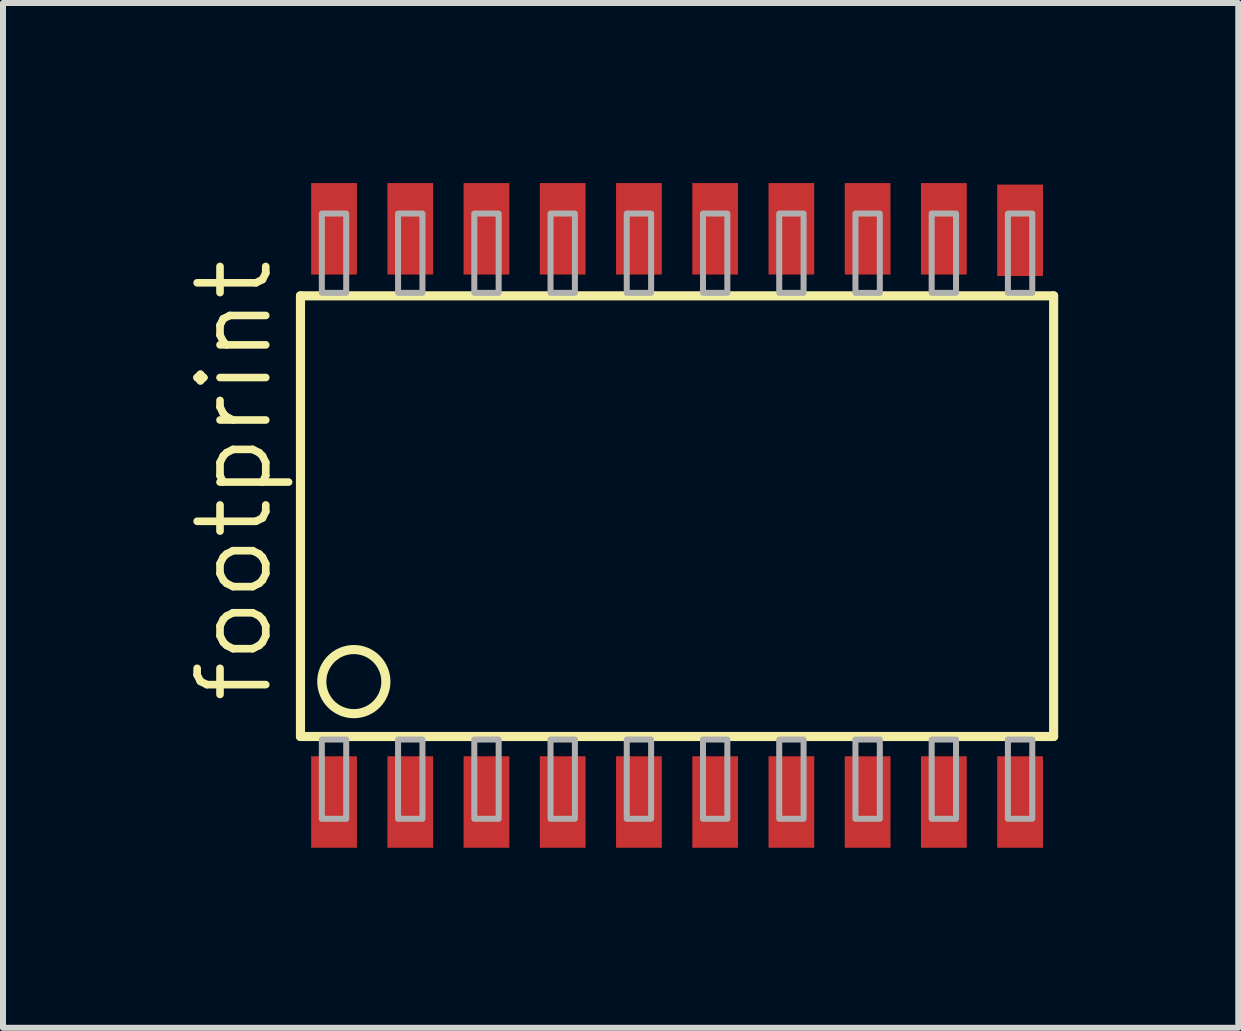
<source format=kicad_pcb>
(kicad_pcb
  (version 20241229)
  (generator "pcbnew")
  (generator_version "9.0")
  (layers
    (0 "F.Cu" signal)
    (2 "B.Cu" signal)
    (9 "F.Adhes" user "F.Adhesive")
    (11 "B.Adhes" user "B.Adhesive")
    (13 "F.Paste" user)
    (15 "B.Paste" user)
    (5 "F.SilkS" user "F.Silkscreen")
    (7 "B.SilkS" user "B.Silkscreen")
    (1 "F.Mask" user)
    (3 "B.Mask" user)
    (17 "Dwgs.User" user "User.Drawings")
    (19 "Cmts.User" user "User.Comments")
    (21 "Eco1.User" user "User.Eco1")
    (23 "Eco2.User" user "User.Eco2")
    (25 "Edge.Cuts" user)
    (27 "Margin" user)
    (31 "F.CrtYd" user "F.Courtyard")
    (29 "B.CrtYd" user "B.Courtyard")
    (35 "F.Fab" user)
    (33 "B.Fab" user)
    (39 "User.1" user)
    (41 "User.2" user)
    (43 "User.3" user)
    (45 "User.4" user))
  (footprint "footprint"
    (layer "F.Cu")
    (at 8.23 5.537)
    (property "Reference" "footprint" (at -6.706 3.175 90) (layer "F.SilkS") (effects (font (size 1.143 1.143) (thickness 0.127)) (justify left bottom)))
    (fp_line (start -6.274 -3.658) (end -6.274 3.683) (stroke (width 0.152) (type solid)) (layer "F.SilkS"))
    (fp_line (start -6.274 3.683) (end 6.274 3.683) (stroke (width 0.152) (type solid)) (layer "F.SilkS"))
    (fp_line (start 6.274 -3.658) (end -6.274 -3.658) (stroke (width 0.152) (type solid)) (layer "F.SilkS"))
    (fp_line (start 6.274 3.683) (end 6.274 -3.658) (stroke (width 0.152) (type solid)) (layer "F.SilkS"))
    (fp_circle (center -5.385 2.769) (end -4.851 2.769) (stroke (width 0.152) (type solid)) (fill no) (layer "F.SilkS"))
    (fp_poly (pts (xy -5.918 -3.708) (xy -5.512 -3.708) (xy -5.512 -5.029) (xy -5.918 -5.029)) (stroke (width 0.1) (type solid)) (fill no) (layer "F.Fab"))
    (fp_poly (pts (xy -5.918 5.055) (xy -5.512 5.055) (xy -5.512 3.734) (xy -5.918 3.734)) (stroke (width 0.1) (type solid)) (fill no) (layer "F.Fab"))
    (fp_poly (pts (xy -4.648 -3.708) (xy -4.242 -3.708) (xy -4.242 -5.029) (xy -4.648 -5.029)) (stroke (width 0.1) (type solid)) (fill no) (layer "F.Fab"))
    (fp_poly (pts (xy -4.648 5.055) (xy -4.242 5.055) (xy -4.242 3.734) (xy -4.648 3.734)) (stroke (width 0.1) (type solid)) (fill no) (layer "F.Fab"))
    (fp_poly (pts (xy -3.378 -3.708) (xy -2.972 -3.708) (xy -2.972 -5.029) (xy -3.378 -5.029)) (stroke (width 0.1) (type solid)) (fill no) (layer "F.Fab"))
    (fp_poly (pts (xy -3.378 5.055) (xy -2.972 5.055) (xy -2.972 3.734) (xy -3.378 3.734)) (stroke (width 0.1) (type solid)) (fill no) (layer "F.Fab"))
    (fp_poly (pts (xy -2.108 -3.708) (xy -1.702 -3.708) (xy -1.702 -5.029) (xy -2.108 -5.029)) (stroke (width 0.1) (type solid)) (fill no) (layer "F.Fab"))
    (fp_poly (pts (xy -2.108 5.055) (xy -1.702 5.055) (xy -1.702 3.734) (xy -2.108 3.734)) (stroke (width 0.1) (type solid)) (fill no) (layer "F.Fab"))
    (fp_poly (pts (xy -0.838 -3.708) (xy -0.432 -3.708) (xy -0.432 -5.029) (xy -0.838 -5.029)) (stroke (width 0.1) (type solid)) (fill no) (layer "F.Fab"))
    (fp_poly (pts (xy -0.838 5.055) (xy -0.432 5.055) (xy -0.432 3.734) (xy -0.838 3.734)) (stroke (width 0.1) (type solid)) (fill no) (layer "F.Fab"))
    (fp_poly (pts (xy 0.432 -3.708) (xy 0.838 -3.708) (xy 0.838 -5.029) (xy 0.432 -5.029)) (stroke (width 0.1) (type solid)) (fill no) (layer "F.Fab"))
    (fp_poly (pts (xy 0.432 5.055) (xy 0.838 5.055) (xy 0.838 3.734) (xy 0.432 3.734)) (stroke (width 0.1) (type solid)) (fill no) (layer "F.Fab"))
    (fp_poly (pts (xy 1.702 -3.708) (xy 2.108 -3.708) (xy 2.108 -5.029) (xy 1.702 -5.029)) (stroke (width 0.1) (type solid)) (fill no) (layer "F.Fab"))
    (fp_poly (pts (xy 1.702 5.055) (xy 2.108 5.055) (xy 2.108 3.734) (xy 1.702 3.734)) (stroke (width 0.1) (type solid)) (fill no) (layer "F.Fab"))
    (fp_poly (pts (xy 2.972 -3.708) (xy 3.378 -3.708) (xy 3.378 -5.029) (xy 2.972 -5.029)) (stroke (width 0.1) (type solid)) (fill no) (layer "F.Fab"))
    (fp_poly (pts (xy 2.972 5.055) (xy 3.378 5.055) (xy 3.378 3.734) (xy 2.972 3.734)) (stroke (width 0.1) (type solid)) (fill no) (layer "F.Fab"))
    (fp_poly (pts (xy 4.242 -3.708) (xy 4.648 -3.708) (xy 4.648 -5.029) (xy 4.242 -5.029)) (stroke (width 0.1) (type solid)) (fill no) (layer "F.Fab"))
    (fp_poly (pts (xy 4.242 5.055) (xy 4.648 5.055) (xy 4.648 3.734) (xy 4.242 3.734)) (stroke (width 0.1) (type solid)) (fill no) (layer "F.Fab"))
    (fp_poly (pts (xy 5.512 -3.708) (xy 5.918 -3.708) (xy 5.918 -5.029) (xy 5.512 -5.029)) (stroke (width 0.1) (type solid)) (fill no) (layer "F.Fab"))
    (fp_poly (pts (xy 5.512 5.055) (xy 5.918 5.055) (xy 5.918 3.734) (xy 5.512 3.734)) (stroke (width 0.1) (type solid)) (fill no) (layer "F.Fab"))
    (pad "1" smd rect (at -5.715 4.775) (size 0.762 1.524) (layers "F.Cu" "F.Mask" "F.Paste"))
    (pad "2" smd rect (at -4.445 4.775) (size 0.762 1.524) (layers "F.Cu" "F.Mask" "F.Paste"))
    (pad "3" smd rect (at -3.175 4.775) (size 0.762 1.524) (layers "F.Cu" "F.Mask" "F.Paste"))
    (pad "4" smd rect (at -1.905 4.775) (size 0.762 1.524) (layers "F.Cu" "F.Mask" "F.Paste"))
    (pad "5" smd rect (at -0.635 4.775) (size 0.762 1.524) (layers "F.Cu" "F.Mask" "F.Paste"))
    (pad "6" smd rect (at 0.635 4.775) (size 0.762 1.524) (layers "F.Cu" "F.Mask" "F.Paste"))
    (pad "7" smd rect (at 1.905 4.775) (size 0.762 1.524) (layers "F.Cu" "F.Mask" "F.Paste"))
    (pad "8" smd rect (at 3.175 4.775) (size 0.762 1.524) (layers "F.Cu" "F.Mask" "F.Paste"))
    (pad "9" smd rect (at 4.445 4.775) (size 0.762 1.524) (layers "F.Cu" "F.Mask" "F.Paste"))
    (pad "10" smd rect (at 5.715 4.775) (size 0.762 1.524) (layers "F.Cu" "F.Mask" "F.Paste"))
    (pad "11" smd rect (at 5.715 -4.75) (size 0.762 1.524) (layers "F.Cu" "F.Mask" "F.Paste"))
    (pad "12" smd rect (at 4.445 -4.775) (size 0.762 1.524) (layers "F.Cu" "F.Mask" "F.Paste"))
    (pad "13" smd rect (at 3.175 -4.775) (size 0.762 1.524) (layers "F.Cu" "F.Mask" "F.Paste"))
    (pad "14" smd rect (at 1.905 -4.775) (size 0.762 1.524) (layers "F.Cu" "F.Mask" "F.Paste"))
    (pad "15" smd rect (at 0.635 -4.775) (size 0.762 1.524) (layers "F.Cu" "F.Mask" "F.Paste"))
    (pad "16" smd rect (at -0.635 -4.775) (size 0.762 1.524) (layers "F.Cu" "F.Mask" "F.Paste"))
    (pad "17" smd rect (at -1.905 -4.775) (size 0.762 1.524) (layers "F.Cu" "F.Mask" "F.Paste"))
    (pad "18" smd rect (at -3.175 -4.775) (size 0.762 1.524) (layers "F.Cu" "F.Mask" "F.Paste"))
    (pad "19" smd rect (at -4.445 -4.775) (size 0.762 1.524) (layers "F.Cu" "F.Mask" "F.Paste"))
    (pad "20" smd rect (at -5.715 -4.775) (size 0.762 1.524) (layers "F.Cu" "F.Mask" "F.Paste")))
  (gr_rect
    (start -3 -3)
    (end 17.58 14.074)
    (stroke (width 0.1) (type default))
    (fill no)
    (layer "Edge.Cuts")))
</source>
